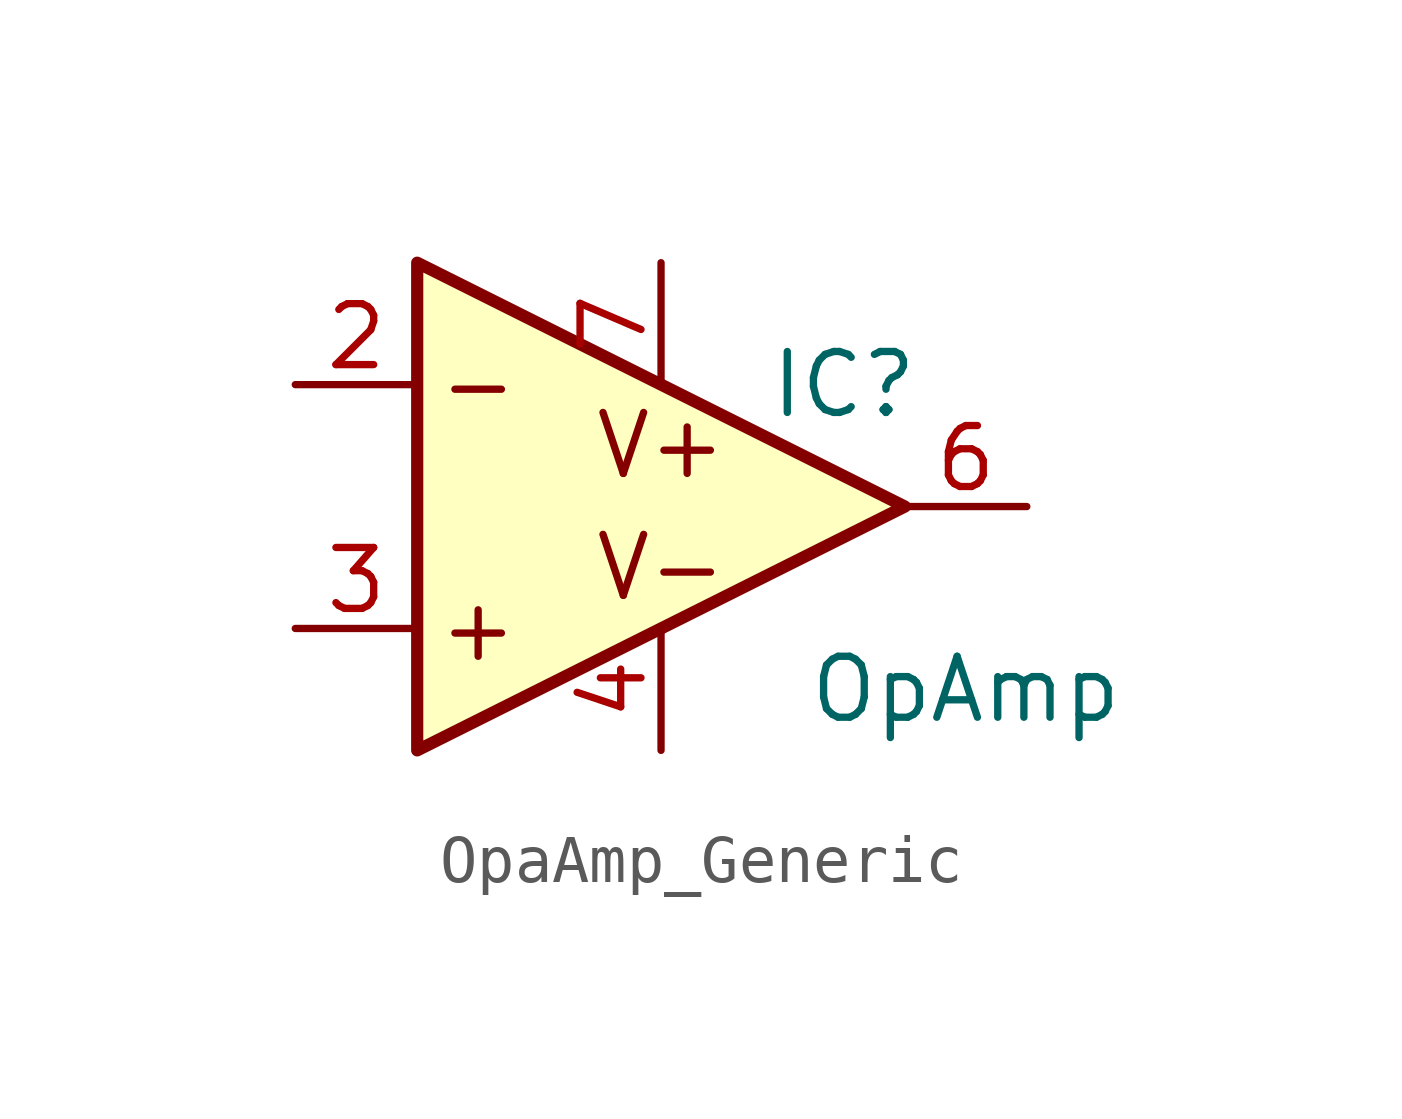
<source format=kicad_sym>
(kicad_symbol_lib
  (version 20241209)
  (generator "kicad_symbol_editor")
  (generator_version "9.0")
  (symbol "OpaAmp_Generic"
    (pin_names
      (offset 1.016)
      (hide yes))
    (property "Reference" "IC"
      (at 6.35 2.54 0)
      (effects (font (size 1.27 1.27))))
    (property "Value" "OpAmp"
      (at 8.89 -3.81 0)
      (effects (font (size 1.27 1.27))))
    (symbol "OpaAmp_Generic_1_1"
      (polyline (pts (xy -2.54 5.08) (xy -2.54 -5.08) (xy 7.62 0) (xy -2.54 5.08)) (stroke (width 0.254) (type default)) (fill (type background)))
      (text "-" (at -1.27 2.54 0) (effects (font (size 1.27 1.27))))
      (text "+" (at -1.27 -2.54 0) (effects (font (size 1.27 1.27))))
      (text "V+" (at 2.54 1.27 0) (effects (font (size 1.27 1.27))))
      (text "V-" (at 2.54 -1.27 0) (effects (font (size 1.27 1.27))))
      (pin input line (at -5.08 2.54 0) (length 2.54) (name "IN-" (effects (font (size 1.27 1.27)))) (number "2" (effects (font (size 1.27 1.27)))))
      (pin input line (at -5.08 -2.54 0) (length 2.54) (name "IN+" (effects (font (size 1.27 1.27)))) (number "3" (effects (font (size 1.27 1.27)))))
      (pin power_in line (at 2.54 5.08 270) (length 2.54) (name "V+" (effects (font (size 1.27 1.27)))) (number "7" (effects (font (size 1.27 1.27)))))
      (pin power_in line (at 2.54 -5.08 90) (length 2.54) (name "V-" (effects (font (size 1.27 1.27)))) (number "4" (effects (font (size 1.27 1.27)))))
      (pin output line (at 10.16 0 180) (length 2.54) (name "OUT" (effects (font (size 1.27 1.27)))) (number "6" (effects (font (size 1.27 1.27))))))))
</source>
